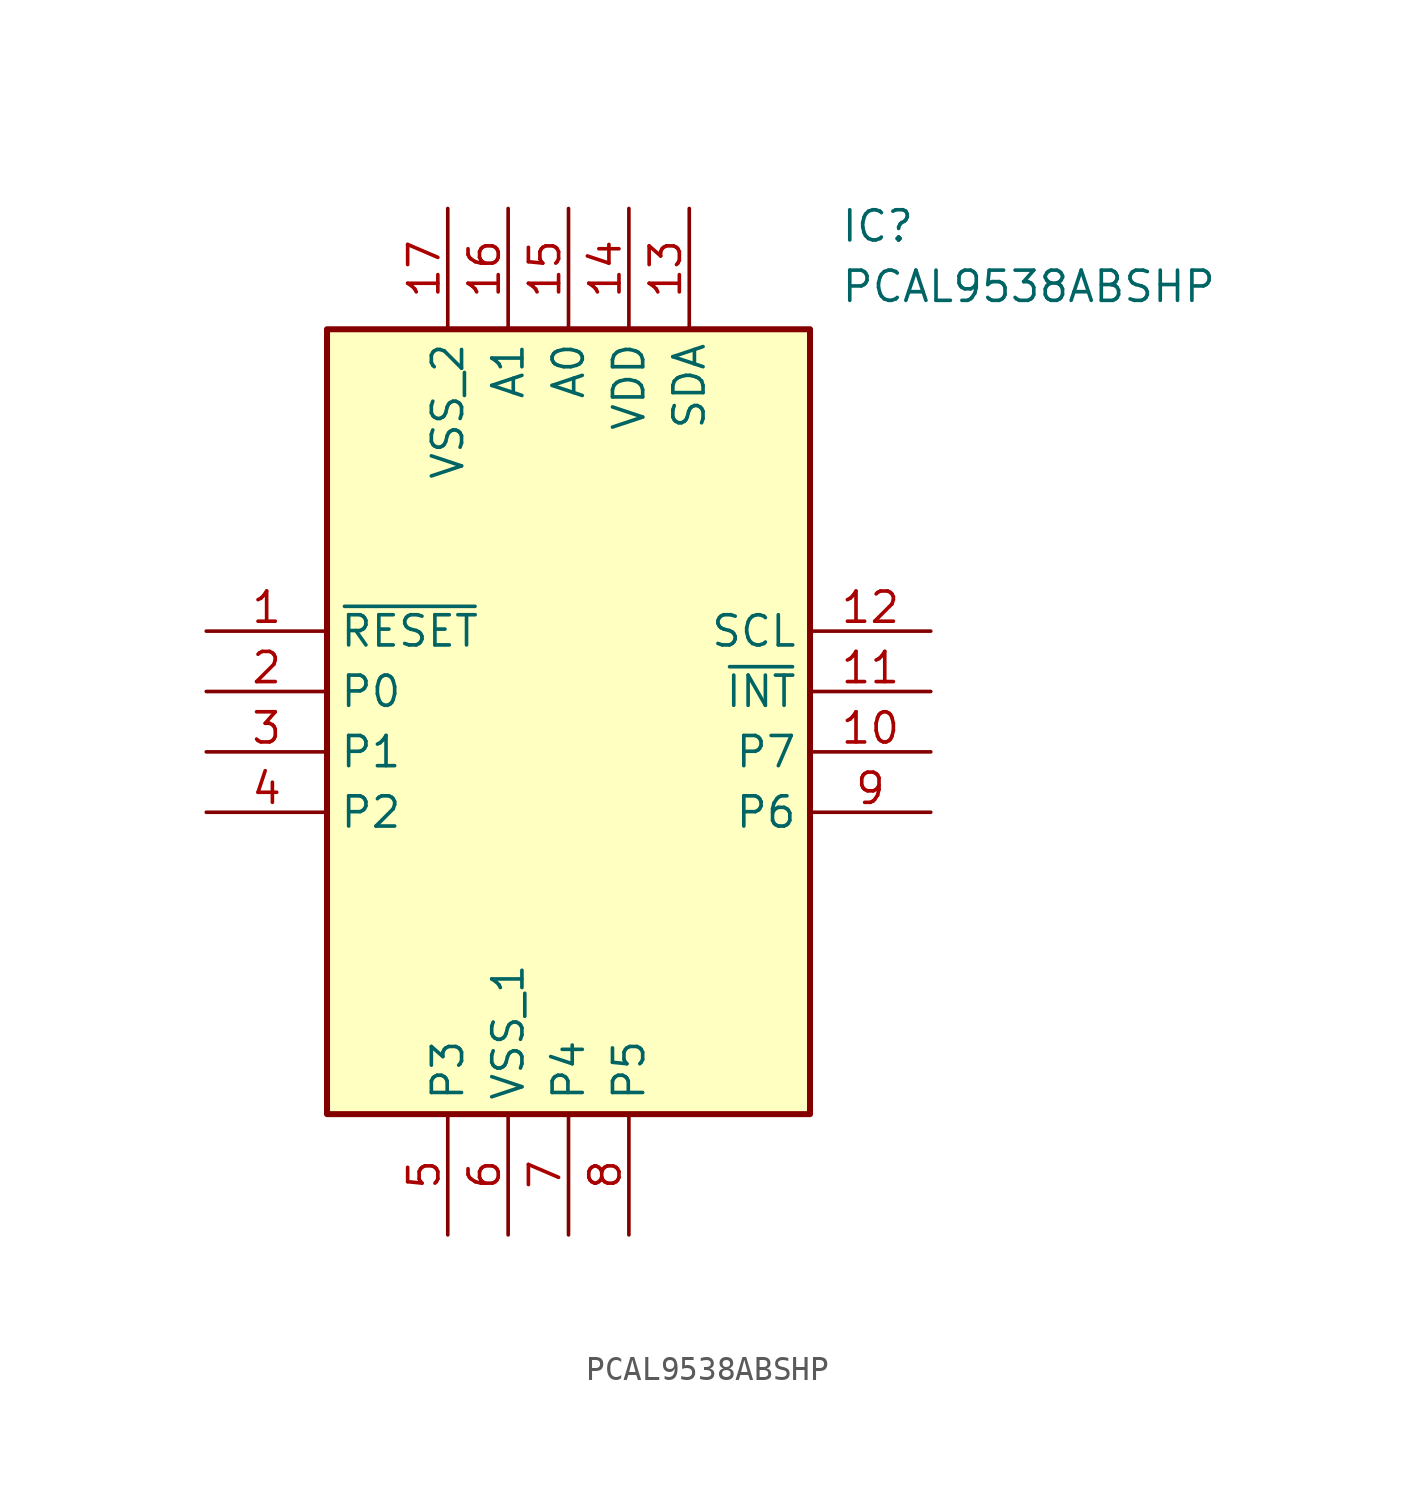
<source format=kicad_sym>
(kicad_symbol_lib
  (version 20211014)
  (generator SamacSys_ECAD_Model)
  (symbol "PCAL9538ABSHP"
    (property "Reference" "IC"
      (at 26.67 17.78 0)
      (effects (font (size 1.27 1.27)) (justify left top)))
    (property "Value" "PCAL9538ABSHP"
      (at 26.67 15.24 0)
      (effects (font (size 1.27 1.27)) (justify left top)))
    (rectangle
      (start 5.08 12.7)
      (end 25.4 -20.32)
      (stroke (width 0.254) (type default))
      (fill (type background)))
    (pin passive line
      (at 0 0 0)
      (length 5.08)
      (name "~{RESET}" (effects (font (size 1.27 1.27))))
      (number "1" (effects (font (size 1.27 1.27)))))
    (pin passive line
      (at 0 -2.54 0)
      (length 5.08)
      (name "P0" (effects (font (size 1.27 1.27))))
      (number "2" (effects (font (size 1.27 1.27)))))
    (pin passive line
      (at 0 -5.08 0)
      (length 5.08)
      (name "P1" (effects (font (size 1.27 1.27))))
      (number "3" (effects (font (size 1.27 1.27)))))
    (pin passive line
      (at 0 -7.62 0)
      (length 5.08)
      (name "P2" (effects (font (size 1.27 1.27))))
      (number "4" (effects (font (size 1.27 1.27)))))
    (pin passive line
      (at 10.16 -25.4 90)
      (length 5.08)
      (name "P3" (effects (font (size 1.27 1.27))))
      (number "5" (effects (font (size 1.27 1.27)))))
    (pin passive line
      (at 12.7 -25.4 90)
      (length 5.08)
      (name "VSS_1" (effects (font (size 1.27 1.27))))
      (number "6" (effects (font (size 1.27 1.27)))))
    (pin passive line
      (at 15.24 -25.4 90)
      (length 5.08)
      (name "P4" (effects (font (size 1.27 1.27))))
      (number "7" (effects (font (size 1.27 1.27)))))
    (pin passive line
      (at 17.78 -25.4 90)
      (length 5.08)
      (name "P5" (effects (font (size 1.27 1.27))))
      (number "8" (effects (font (size 1.27 1.27)))))
    (pin passive line
      (at 30.48 0 180)
      (length 5.08)
      (name "SCL" (effects (font (size 1.27 1.27))))
      (number "12" (effects (font (size 1.27 1.27)))))
    (pin passive line
      (at 30.48 -2.54 180)
      (length 5.08)
      (name "~{INT}" (effects (font (size 1.27 1.27))))
      (number "11" (effects (font (size 1.27 1.27)))))
    (pin passive line
      (at 30.48 -5.08 180)
      (length 5.08)
      (name "P7" (effects (font (size 1.27 1.27))))
      (number "10" (effects (font (size 1.27 1.27)))))
    (pin passive line
      (at 30.48 -7.62 180)
      (length 5.08)
      (name "P6" (effects (font (size 1.27 1.27))))
      (number "9" (effects (font (size 1.27 1.27)))))
    (pin passive line
      (at 10.16 17.78 270)
      (length 5.08)
      (name "VSS_2" (effects (font (size 1.27 1.27))))
      (number "17" (effects (font (size 1.27 1.27)))))
    (pin passive line
      (at 12.7 17.78 270)
      (length 5.08)
      (name "A1" (effects (font (size 1.27 1.27))))
      (number "16" (effects (font (size 1.27 1.27)))))
    (pin passive line
      (at 15.24 17.78 270)
      (length 5.08)
      (name "A0" (effects (font (size 1.27 1.27))))
      (number "15" (effects (font (size 1.27 1.27)))))
    (pin passive line
      (at 17.78 17.78 270)
      (length 5.08)
      (name "VDD" (effects (font (size 1.27 1.27))))
      (number "14" (effects (font (size 1.27 1.27)))))
    (pin passive line
      (at 20.32 17.78 270)
      (length 5.08)
      (name "SDA" (effects (font (size 1.27 1.27))))
      (number "13" (effects (font (size 1.27 1.27)))))))
</source>
